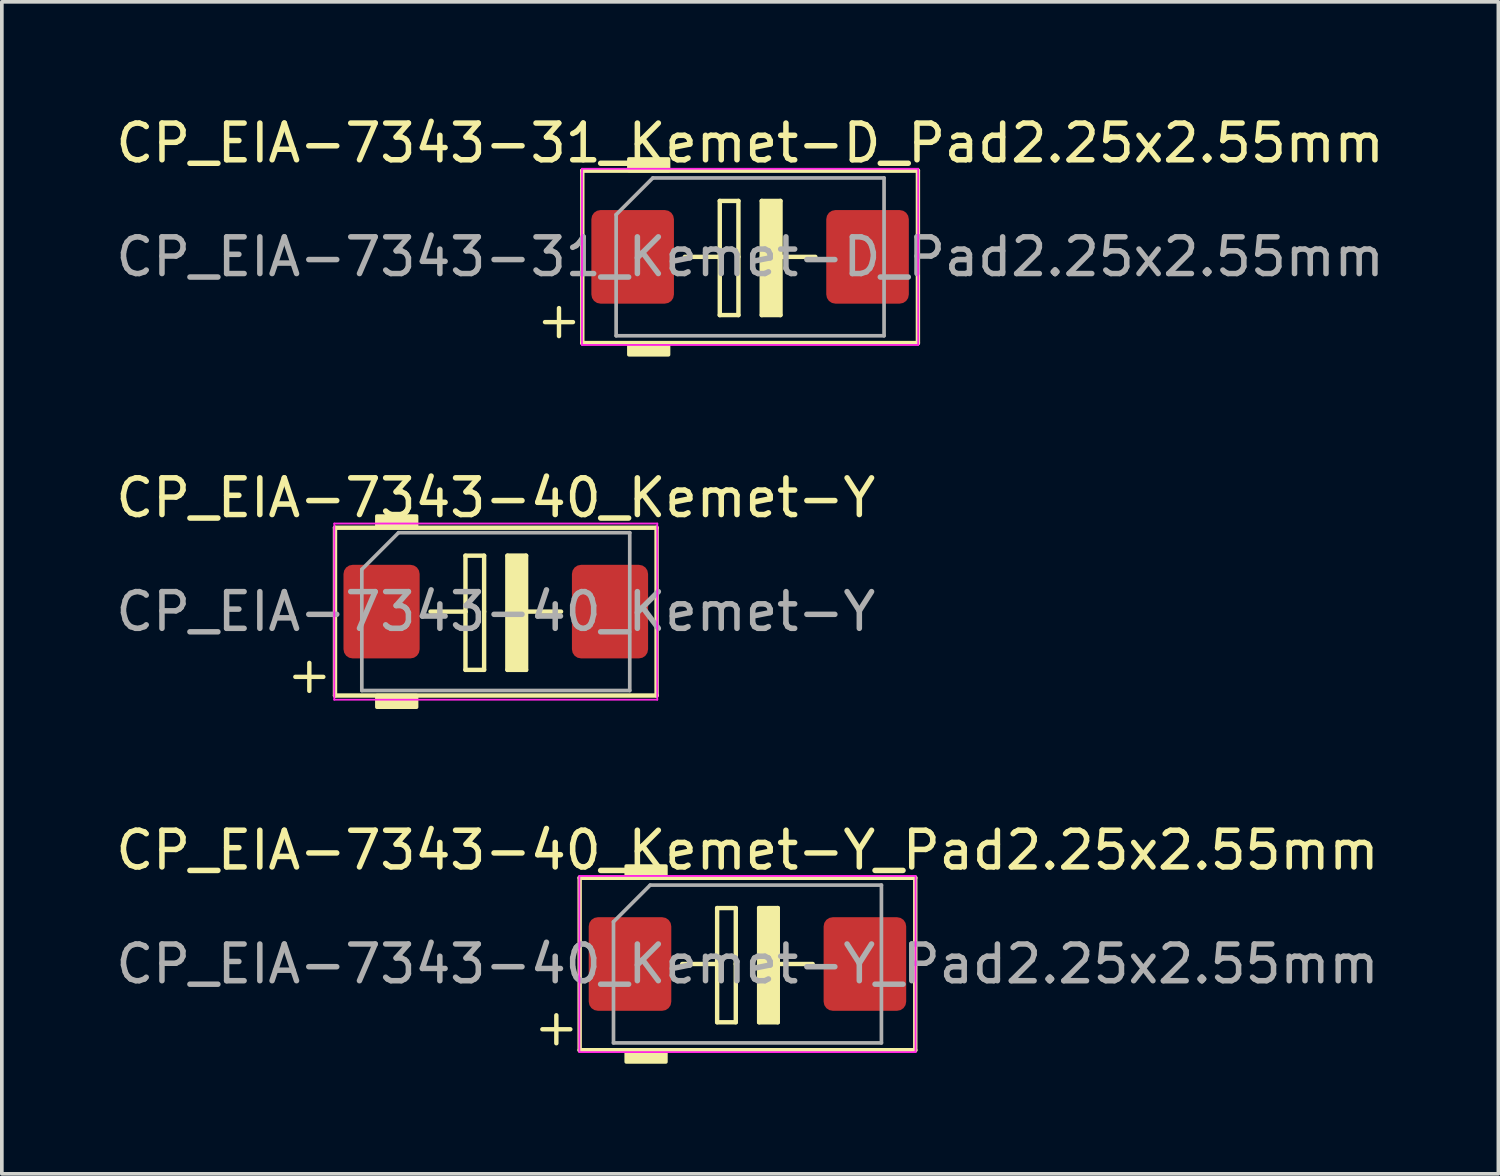
<source format=kicad_pcb>
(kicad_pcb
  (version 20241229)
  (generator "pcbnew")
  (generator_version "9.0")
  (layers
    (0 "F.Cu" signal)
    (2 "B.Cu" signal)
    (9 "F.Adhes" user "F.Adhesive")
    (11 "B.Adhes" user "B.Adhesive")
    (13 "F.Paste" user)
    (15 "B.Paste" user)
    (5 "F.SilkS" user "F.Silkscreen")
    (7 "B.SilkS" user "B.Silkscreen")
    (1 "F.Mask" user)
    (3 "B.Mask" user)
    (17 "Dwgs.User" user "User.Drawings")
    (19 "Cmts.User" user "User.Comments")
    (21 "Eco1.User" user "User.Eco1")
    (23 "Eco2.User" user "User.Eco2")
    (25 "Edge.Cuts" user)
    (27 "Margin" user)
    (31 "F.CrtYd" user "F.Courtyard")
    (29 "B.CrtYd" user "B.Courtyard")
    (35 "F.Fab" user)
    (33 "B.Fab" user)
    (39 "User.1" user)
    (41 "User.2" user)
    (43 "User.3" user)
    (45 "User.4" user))
  (footprint "CP_EIA-7343-40_Kemet-Y"
    (layer "F.Cu")
    (at 10.458 13.614)
    (property "Reference" "CP_EIA-7343-40_Kemet-Y" (at 0 -3.1 0) (layer "F.SilkS") (effects (font (size 1 1) (thickness 0.15))))
    (attr smd)
    (fp_line (start -5.461 1.778) (end -4.699 1.778) (stroke (width 0.12) (type solid)) (layer "F.SilkS"))
    (fp_line (start -5.08 1.397) (end -5.08 2.159) (stroke (width 0.12) (type solid)) (layer "F.SilkS"))
    (fp_line (start -4.381 -2.286) (end -4.381 2.286) (stroke (width 0.12) (type solid)) (layer "F.SilkS"))
    (fp_line (start -4.381 2.286) (end 4.381 2.286) (stroke (width 0.12) (type solid)) (layer "F.SilkS"))
    (fp_line (start -1.778 0) (end -0.826 0) (stroke (width 0.12) (type solid)) (layer "F.SilkS"))
    (fp_line (start -0.826 -1.524) (end -0.826 0) (stroke (width 0.12) (type solid)) (layer "F.SilkS"))
    (fp_line (start -0.826 1.587) (end -0.826 0) (stroke (width 0.12) (type solid)) (layer "F.SilkS"))
    (fp_line (start -0.826 1.587) (end -0.318 1.587) (stroke (width 0.12) (type solid)) (layer "F.SilkS"))
    (fp_line (start -0.318 -1.524) (end -0.826 -1.524) (stroke (width 0.12) (type solid)) (layer "F.SilkS"))
    (fp_line (start -0.318 -1.524) (end -0.318 0) (stroke (width 0.12) (type solid)) (layer "F.SilkS"))
    (fp_line (start -0.318 1.587) (end -0.318 0) (stroke (width 0.12) (type solid)) (layer "F.SilkS"))
    (fp_line (start 0.318 -1.524) (end 0.318 0) (stroke (width 0.12) (type solid)) (layer "F.SilkS"))
    (fp_line (start 0.318 1.587) (end 0.318 0) (stroke (width 0.12) (type solid)) (layer "F.SilkS"))
    (fp_line (start 0.318 1.587) (end 0.826 1.587) (stroke (width 0.12) (type solid)) (layer "F.SilkS"))
    (fp_line (start 0.826 -1.524) (end 0.318 -1.524) (stroke (width 0.12) (type solid)) (layer "F.SilkS"))
    (fp_line (start 0.826 -1.524) (end 0.826 0) (stroke (width 0.12) (type solid)) (layer "F.SilkS"))
    (fp_line (start 0.826 0) (end 1.778 0) (stroke (width 0.12) (type solid)) (layer "F.SilkS"))
    (fp_line (start 0.826 1.587) (end 0.826 0) (stroke (width 0.12) (type solid)) (layer "F.SilkS"))
    (fp_line (start 4.381 -2.286) (end -4.381 -2.286) (stroke (width 0.12) (type solid)) (layer "F.SilkS"))
    (fp_line (start 4.381 2.286) (end 4.381 -2.286) (stroke (width 0.12) (type solid)) (layer "F.SilkS"))
    (fp_poly (pts (xy -2.159 -2.286) (xy -3.239 -2.286) (xy -3.239 -2.603) (xy -2.159 -2.603)) (stroke (width 0.1) (type solid)) (fill yes) (layer "F.SilkS"))
    (fp_poly (pts (xy -2.159 2.603) (xy -3.239 2.603) (xy -3.239 2.286) (xy -2.159 2.286)) (stroke (width 0.1) (type solid)) (fill yes) (layer "F.SilkS"))
    (fp_poly (pts (xy 0.826 1.587) (xy 0.318 1.587) (xy 0.318 -1.524) (xy 0.826 -1.524)) (stroke (width 0.1) (type solid)) (fill yes) (layer "F.SilkS"))
    (fp_line (start -4.4 -2.4) (end 4.4 -2.4) (stroke (width 0.05) (type solid)) (layer "F.CrtYd"))
    (fp_line (start -4.4 2.4) (end -4.4 -2.4) (stroke (width 0.05) (type solid)) (layer "F.CrtYd"))
    (fp_line (start 4.4 -2.4) (end 4.4 2.4) (stroke (width 0.05) (type solid)) (layer "F.CrtYd"))
    (fp_line (start 4.4 2.4) (end -4.4 2.4) (stroke (width 0.05) (type solid)) (layer "F.CrtYd"))
    (fp_line (start -3.65 -1.15) (end -3.65 2.15) (stroke (width 0.1) (type solid)) (layer "F.Fab"))
    (fp_line (start -3.65 2.15) (end 3.65 2.15) (stroke (width 0.1) (type solid)) (layer "F.Fab"))
    (fp_line (start -2.65 -2.15) (end -3.65 -1.15) (stroke (width 0.1) (type solid)) (layer "F.Fab"))
    (fp_line (start 3.65 -2.15) (end -2.65 -2.15) (stroke (width 0.1) (type solid)) (layer "F.Fab"))
    (fp_line (start 3.65 2.15) (end 3.65 -2.15) (stroke (width 0.1) (type solid)) (layer "F.Fab"))
    (fp_text user "${REFERENCE}" (at 0 0 0) (layer "F.Fab") (effects (font (size 1 1) (thickness 0.15))))
    (pad "1" smd roundrect (at -3.112 0) (size 2.075 2.55) (layers "F.Cu" "F.Mask" "F.Paste") (roundrect_rratio 0.12))
    (pad "2" smd roundrect (at 3.112 0) (size 2.075 2.55) (layers "F.Cu" "F.Mask" "F.Paste") (roundrect_rratio 0.12)))
  (footprint "CP_EIA-7343-40_Kemet-Y_Pad2.25x2.55mm"
    (layer "F.Cu")
    (at 17.315 23.215)
    (property "Reference" "CP_EIA-7343-40_Kemet-Y_Pad2.25x2.55mm" (at 0 -3.1 0) (layer "F.SilkS") (effects (font (size 1 1) (thickness 0.15))))
    (attr smd)
    (fp_line (start -5.588 1.778) (end -4.826 1.778) (stroke (width 0.12) (type solid)) (layer "F.SilkS"))
    (fp_line (start -5.207 1.397) (end -5.207 2.159) (stroke (width 0.12) (type solid)) (layer "F.SilkS"))
    (fp_line (start -4.572 -2.349) (end -4.572 2.349) (stroke (width 0.12) (type solid)) (layer "F.SilkS"))
    (fp_line (start -4.572 2.349) (end 4.572 2.349) (stroke (width 0.12) (type solid)) (layer "F.SilkS"))
    (fp_line (start -1.778 0) (end -0.826 0) (stroke (width 0.12) (type solid)) (layer "F.SilkS"))
    (fp_line (start -0.826 -1.524) (end -0.826 0) (stroke (width 0.12) (type solid)) (layer "F.SilkS"))
    (fp_line (start -0.826 1.587) (end -0.826 0) (stroke (width 0.12) (type solid)) (layer "F.SilkS"))
    (fp_line (start -0.826 1.587) (end -0.318 1.587) (stroke (width 0.12) (type solid)) (layer "F.SilkS"))
    (fp_line (start -0.318 -1.524) (end -0.826 -1.524) (stroke (width 0.12) (type solid)) (layer "F.SilkS"))
    (fp_line (start -0.318 -1.524) (end -0.318 0) (stroke (width 0.12) (type solid)) (layer "F.SilkS"))
    (fp_line (start -0.318 1.587) (end -0.318 0) (stroke (width 0.12) (type solid)) (layer "F.SilkS"))
    (fp_line (start 0.318 -1.524) (end 0.318 0) (stroke (width 0.12) (type solid)) (layer "F.SilkS"))
    (fp_line (start 0.318 1.587) (end 0.318 0) (stroke (width 0.12) (type solid)) (layer "F.SilkS"))
    (fp_line (start 0.318 1.587) (end 0.826 1.587) (stroke (width 0.12) (type solid)) (layer "F.SilkS"))
    (fp_line (start 0.826 -1.524) (end 0.318 -1.524) (stroke (width 0.12) (type solid)) (layer "F.SilkS"))
    (fp_line (start 0.826 -1.524) (end 0.826 0) (stroke (width 0.12) (type solid)) (layer "F.SilkS"))
    (fp_line (start 0.826 0) (end 1.778 0) (stroke (width 0.12) (type solid)) (layer "F.SilkS"))
    (fp_line (start 0.826 1.587) (end 0.826 0) (stroke (width 0.12) (type solid)) (layer "F.SilkS"))
    (fp_line (start 4.572 -2.349) (end -4.572 -2.349) (stroke (width 0.12) (type solid)) (layer "F.SilkS"))
    (fp_line (start 4.572 2.349) (end 4.572 -2.349) (stroke (width 0.12) (type solid)) (layer "F.SilkS"))
    (fp_poly (pts (xy -2.223 -2.349) (xy -3.302 -2.349) (xy -3.302 -2.667) (xy -2.223 -2.667)) (stroke (width 0.1) (type solid)) (fill yes) (layer "F.SilkS"))
    (fp_poly (pts (xy -2.223 2.667) (xy -3.302 2.667) (xy -3.302 2.349) (xy -2.223 2.349)) (stroke (width 0.1) (type solid)) (fill yes) (layer "F.SilkS"))
    (fp_poly (pts (xy 0.826 1.587) (xy 0.318 1.587) (xy 0.318 -1.524) (xy 0.826 -1.524)) (stroke (width 0.1) (type solid)) (fill yes) (layer "F.SilkS"))
    (fp_line (start -4.58 -2.4) (end 4.58 -2.4) (stroke (width 0.05) (type solid)) (layer "F.CrtYd"))
    (fp_line (start -4.58 2.4) (end -4.58 -2.4) (stroke (width 0.05) (type solid)) (layer "F.CrtYd"))
    (fp_line (start 4.58 -2.4) (end 4.58 2.4) (stroke (width 0.05) (type solid)) (layer "F.CrtYd"))
    (fp_line (start 4.58 2.4) (end -4.58 2.4) (stroke (width 0.05) (type solid)) (layer "F.CrtYd"))
    (fp_line (start -3.65 -1.15) (end -3.65 2.15) (stroke (width 0.1) (type solid)) (layer "F.Fab"))
    (fp_line (start -3.65 2.15) (end 3.65 2.15) (stroke (width 0.1) (type solid)) (layer "F.Fab"))
    (fp_line (start -2.65 -2.15) (end -3.65 -1.15) (stroke (width 0.1) (type solid)) (layer "F.Fab"))
    (fp_line (start 3.65 -2.15) (end -2.65 -2.15) (stroke (width 0.1) (type solid)) (layer "F.Fab"))
    (fp_line (start 3.65 2.15) (end 3.65 -2.15) (stroke (width 0.1) (type solid)) (layer "F.Fab"))
    (fp_text user "${REFERENCE}" (at 0 0 0) (layer "F.Fab") (effects (font (size 1 1) (thickness 0.15))))
    (pad "1" smd roundrect (at -3.2 0) (size 2.25 2.55) (layers "F.Cu" "F.Mask" "F.Paste") (roundrect_rratio 0.111))
    (pad "2" smd roundrect (at 3.2 0) (size 2.25 2.55) (layers "F.Cu" "F.Mask" "F.Paste") (roundrect_rratio 0.111)))
  (footprint "CP_EIA-7343-31_Kemet-D_Pad2.25x2.55mm"
    (layer "F.Cu")
    (at 17.387 3.948)
    (property "Reference" "CP_EIA-7343-31_Kemet-D_Pad2.25x2.55mm" (at 0 -3.1 0) (layer "F.SilkS") (effects (font (size 1 1) (thickness 0.15))))
    (attr smd)
    (fp_line (start -5.588 1.778) (end -4.826 1.778) (stroke (width 0.12) (type solid)) (layer "F.SilkS"))
    (fp_line (start -5.207 1.397) (end -5.207 2.159) (stroke (width 0.12) (type solid)) (layer "F.SilkS"))
    (fp_line (start -4.572 -2.349) (end -4.572 2.349) (stroke (width 0.12) (type solid)) (layer "F.SilkS"))
    (fp_line (start -4.572 2.349) (end 4.572 2.349) (stroke (width 0.12) (type solid)) (layer "F.SilkS"))
    (fp_line (start -1.778 0) (end -0.826 0) (stroke (width 0.12) (type solid)) (layer "F.SilkS"))
    (fp_line (start -0.826 -1.524) (end -0.826 0) (stroke (width 0.12) (type solid)) (layer "F.SilkS"))
    (fp_line (start -0.826 1.587) (end -0.826 0) (stroke (width 0.12) (type solid)) (layer "F.SilkS"))
    (fp_line (start -0.826 1.587) (end -0.318 1.587) (stroke (width 0.12) (type solid)) (layer "F.SilkS"))
    (fp_line (start -0.318 -1.524) (end -0.826 -1.524) (stroke (width 0.12) (type solid)) (layer "F.SilkS"))
    (fp_line (start -0.318 -1.524) (end -0.318 0) (stroke (width 0.12) (type solid)) (layer "F.SilkS"))
    (fp_line (start -0.318 1.587) (end -0.318 0) (stroke (width 0.12) (type solid)) (layer "F.SilkS"))
    (fp_line (start 0.318 -1.524) (end 0.318 0) (stroke (width 0.12) (type solid)) (layer "F.SilkS"))
    (fp_line (start 0.318 1.587) (end 0.318 0) (stroke (width 0.12) (type solid)) (layer "F.SilkS"))
    (fp_line (start 0.318 1.587) (end 0.826 1.587) (stroke (width 0.12) (type solid)) (layer "F.SilkS"))
    (fp_line (start 0.826 -1.524) (end 0.318 -1.524) (stroke (width 0.12) (type solid)) (layer "F.SilkS"))
    (fp_line (start 0.826 -1.524) (end 0.826 0) (stroke (width 0.12) (type solid)) (layer "F.SilkS"))
    (fp_line (start 0.826 0) (end 1.778 0) (stroke (width 0.12) (type solid)) (layer "F.SilkS"))
    (fp_line (start 0.826 1.587) (end 0.826 0) (stroke (width 0.12) (type solid)) (layer "F.SilkS"))
    (fp_line (start 4.572 -2.349) (end -4.572 -2.349) (stroke (width 0.12) (type solid)) (layer "F.SilkS"))
    (fp_line (start 4.572 2.349) (end 4.572 -2.349) (stroke (width 0.12) (type solid)) (layer "F.SilkS"))
    (fp_poly (pts (xy -2.223 -2.349) (xy -3.302 -2.349) (xy -3.302 -2.667) (xy -2.223 -2.667)) (stroke (width 0.1) (type solid)) (fill yes) (layer "F.SilkS"))
    (fp_poly (pts (xy -2.223 2.667) (xy -3.302 2.667) (xy -3.302 2.349) (xy -2.223 2.349)) (stroke (width 0.1) (type solid)) (fill yes) (layer "F.SilkS"))
    (fp_poly (pts (xy 0.826 1.587) (xy 0.318 1.587) (xy 0.318 -1.524) (xy 0.826 -1.524)) (stroke (width 0.1) (type solid)) (fill yes) (layer "F.SilkS"))
    (fp_line (start -4.58 -2.4) (end 4.58 -2.4) (stroke (width 0.05) (type solid)) (layer "F.CrtYd"))
    (fp_line (start -4.58 2.4) (end -4.58 -2.4) (stroke (width 0.05) (type solid)) (layer "F.CrtYd"))
    (fp_line (start 4.58 -2.4) (end 4.58 2.4) (stroke (width 0.05) (type solid)) (layer "F.CrtYd"))
    (fp_line (start 4.58 2.4) (end -4.58 2.4) (stroke (width 0.05) (type solid)) (layer "F.CrtYd"))
    (fp_line (start -3.65 -1.15) (end -3.65 2.15) (stroke (width 0.1) (type solid)) (layer "F.Fab"))
    (fp_line (start -3.65 2.15) (end 3.65 2.15) (stroke (width 0.1) (type solid)) (layer "F.Fab"))
    (fp_line (start -2.65 -2.15) (end -3.65 -1.15) (stroke (width 0.1) (type solid)) (layer "F.Fab"))
    (fp_line (start 3.65 -2.15) (end -2.65 -2.15) (stroke (width 0.1) (type solid)) (layer "F.Fab"))
    (fp_line (start 3.65 2.15) (end 3.65 -2.15) (stroke (width 0.1) (type solid)) (layer "F.Fab"))
    (fp_text user "${REFERENCE}" (at 0 0 0) (layer "F.Fab") (effects (font (size 1 1) (thickness 0.15))))
    (pad "1" smd roundrect (at -3.2 0) (size 2.25 2.55) (layers "F.Cu" "F.Mask" "F.Paste") (roundrect_rratio 0.111))
    (pad "2" smd roundrect (at 3.2 0) (size 2.25 2.55) (layers "F.Cu" "F.Mask" "F.Paste") (roundrect_rratio 0.111)))
  (gr_rect
    (start -3 -3)
    (end 37.774 28.932)
    (stroke (width 0.1) (type default))
    (fill no)
    (layer "Edge.Cuts")))
</source>
